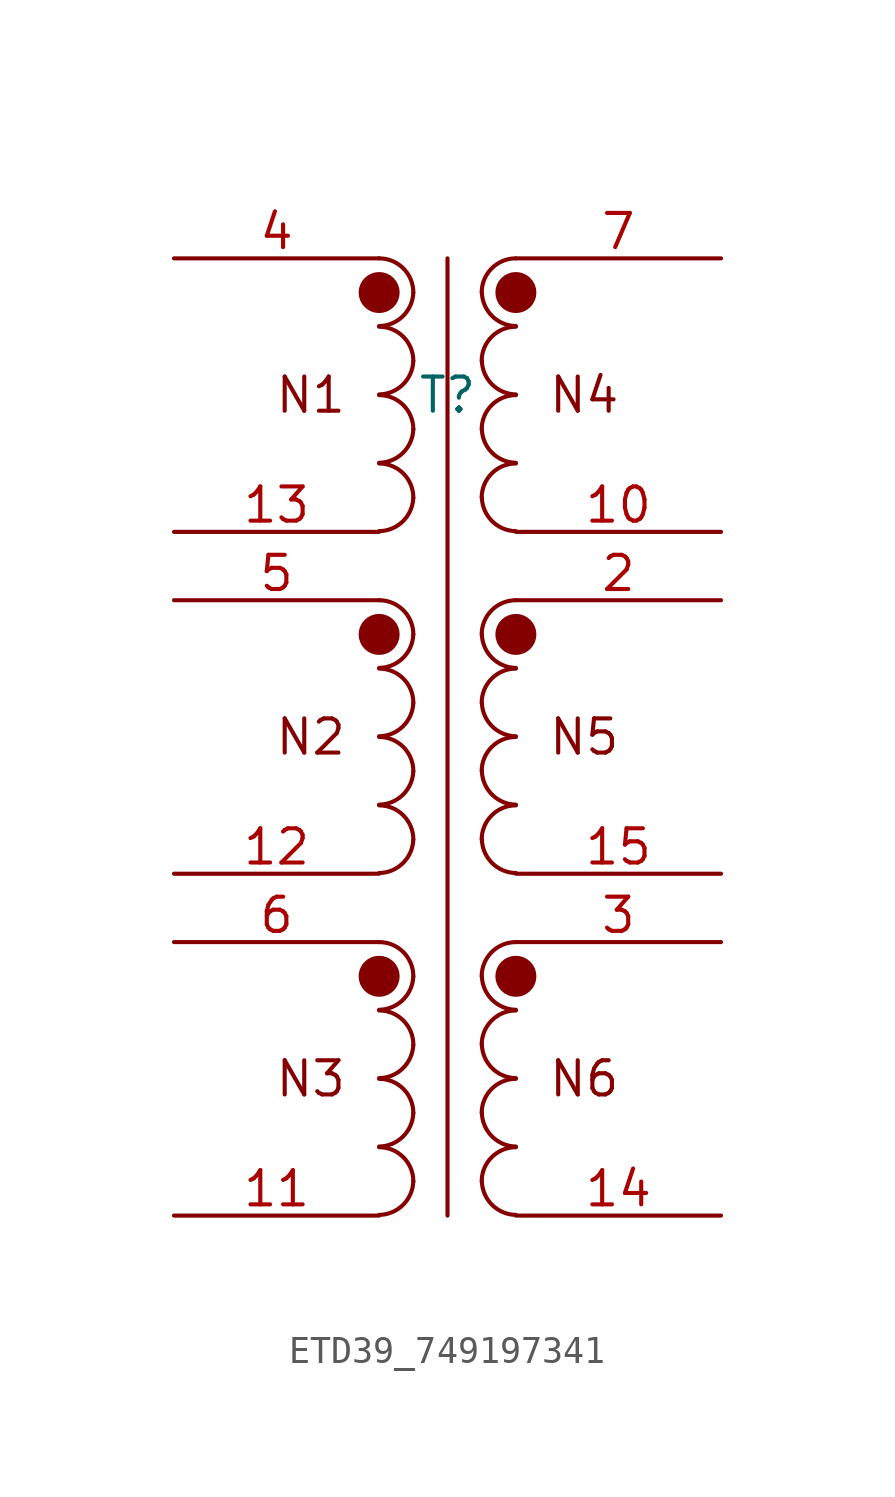
<source format=kicad_sym>
(kicad_symbol_lib
  (version 20220914)
  (generator kicad_symbol_editor)
  (symbol "ETD39_749197341"
    (pin_names hide)
    (property "Reference" "T"
      (at 0 12.7 0)
      (effects (font (size 1.27 1.27))))
    (property "Critical Parameter" ""
      (at 0 -5.08 0)
      (effects (font (size 1.27 1.27)) (justify left)))
    (symbol "ETD39_749197341_0_1"
      (arc (start -2.54 -17.7546) (mid -1.6561 -17.3863) (end -1.27 -16.51) (stroke (width 0) (type default)) (fill (type none)))
      (arc (start -2.54 -15.2146) (mid -1.6561 -14.8463) (end -1.27 -13.97) (stroke (width 0) (type default)) (fill (type none)))
      (arc (start -2.54 -12.6746) (mid -1.6561 -12.3063) (end -1.27 -11.43) (stroke (width 0) (type default)) (fill (type none)))
      (arc (start -2.54 -10.1346) (mid -1.6561 -9.7663) (end -1.27 -8.89) (stroke (width 0) (type default)) (fill (type none)))
      (arc (start -2.54 -5.0546) (mid -1.6561 -4.6863) (end -1.27 -3.81) (stroke (width 0) (type default)) (fill (type none)))
      (arc (start -2.54 -2.5146) (mid -1.6561 -2.1463) (end -1.27 -1.27) (stroke (width 0) (type default)) (fill (type none)))
      (arc (start -2.54 0.0254) (mid -1.6561 0.3937) (end -1.27 1.27) (stroke (width 0) (type default)) (fill (type none)))
      (arc (start -2.54 2.5654) (mid -1.6561 2.9337) (end -1.27 3.81) (stroke (width 0) (type default)) (fill (type none)))
      (arc (start -2.54 7.6454) (mid -1.6561 8.0137) (end -1.27 8.89) (stroke (width 0) (type default)) (fill (type none)))
      (arc (start -2.54 10.1854) (mid -1.6561 10.5537) (end -1.27 11.43) (stroke (width 0) (type default)) (fill (type none)))
      (arc (start -2.54 12.7254) (mid -1.6561 13.0937) (end -1.27 13.97) (stroke (width 0) (type default)) (fill (type none)))
      (arc (start -2.54 15.2654) (mid -1.6561 15.6337) (end -1.27 16.51) (stroke (width 0) (type default)) (fill (type none)))
      (arc (start -1.27 -16.51) (mid -1.642 -15.612) (end -2.54 -15.24) (stroke (width 0) (type default)) (fill (type none)))
      (arc (start -1.27 -13.97) (mid -1.642 -13.072) (end -2.54 -12.7) (stroke (width 0) (type default)) (fill (type none)))
      (arc (start -1.27 -11.43) (mid -1.642 -10.532) (end -2.54 -10.16) (stroke (width 0) (type default)) (fill (type none)))
      (arc (start -1.27 -8.89) (mid -1.642 -7.992) (end -2.54 -7.62) (stroke (width 0) (type default)) (fill (type none)))
      (arc (start -1.27 -3.81) (mid -1.642 -2.912) (end -2.54 -2.54) (stroke (width 0) (type default)) (fill (type none)))
      (arc (start -1.27 -1.27) (mid -1.642 -0.372) (end -2.54 0) (stroke (width 0) (type default)) (fill (type none)))
      (arc (start -1.27 1.27) (mid -1.642 2.168) (end -2.54 2.54) (stroke (width 0) (type default)) (fill (type none)))
      (arc (start -1.27 3.81) (mid -1.642 4.708) (end -2.54 5.08) (stroke (width 0) (type default)) (fill (type none)))
      (arc (start -1.27 8.89) (mid -1.642 9.788) (end -2.54 10.16) (stroke (width 0) (type default)) (fill (type none)))
      (arc (start -1.27 11.43) (mid -1.642 12.328) (end -2.54 12.7) (stroke (width 0) (type default)) (fill (type none)))
      (arc (start -1.27 13.97) (mid -1.642 14.868) (end -2.54 15.24) (stroke (width 0) (type default)) (fill (type none)))
      (arc (start -1.27 16.51) (mid -1.642 17.408) (end -2.54 17.78) (stroke (width 0) (type default)) (fill (type none)))
      (polyline (pts (xy 0 -17.78) (xy 0 17.78)) (stroke (width 0) (type default)) (fill (type none)))
      (arc (start 1.27 -16.51) (mid 1.6561 -17.3863) (end 2.54 -17.7546) (stroke (width 0) (type default)) (fill (type none)))
      (arc (start 1.27 -13.97) (mid 1.6561 -14.8463) (end 2.54 -15.2146) (stroke (width 0) (type default)) (fill (type none)))
      (arc (start 1.27 -11.43) (mid 1.6561 -12.3063) (end 2.54 -12.6746) (stroke (width 0) (type default)) (fill (type none)))
      (arc (start 1.27 -8.89) (mid 1.6561 -9.7663) (end 2.54 -10.1346) (stroke (width 0) (type default)) (fill (type none)))
      (arc (start 1.27 -3.81) (mid 1.6561 -4.6863) (end 2.54 -5.0546) (stroke (width 0) (type default)) (fill (type none)))
      (arc (start 1.27 -1.27) (mid 1.6561 -2.1463) (end 2.54 -2.5146) (stroke (width 0) (type default)) (fill (type none)))
      (arc (start 1.27 1.27) (mid 1.6561 0.3937) (end 2.54 0.0254) (stroke (width 0) (type default)) (fill (type none)))
      (arc (start 1.27 3.81) (mid 1.6561 2.9337) (end 2.54 2.5654) (stroke (width 0) (type default)) (fill (type none)))
      (arc (start 1.27 8.89) (mid 1.6561 8.0137) (end 2.54 7.6454) (stroke (width 0) (type default)) (fill (type none)))
      (arc (start 1.27 11.43) (mid 1.6561 10.5537) (end 2.54 10.1854) (stroke (width 0) (type default)) (fill (type none)))
      (arc (start 1.27 13.97) (mid 1.6561 13.0937) (end 2.54 12.7254) (stroke (width 0) (type default)) (fill (type none)))
      (arc (start 1.27 16.51) (mid 1.6561 15.6337) (end 2.54 15.2654) (stroke (width 0) (type default)) (fill (type none)))
      (arc (start 2.54 -15.24) (mid 1.642 -15.612) (end 1.27 -16.51) (stroke (width 0) (type default)) (fill (type none)))
      (arc (start 2.54 -12.7) (mid 1.642 -13.072) (end 1.27 -13.97) (stroke (width 0) (type default)) (fill (type none)))
      (arc (start 2.54 -10.16) (mid 1.642 -10.532) (end 1.27 -11.43) (stroke (width 0) (type default)) (fill (type none)))
      (arc (start 2.54 -7.62) (mid 1.642 -7.992) (end 1.27 -8.89) (stroke (width 0) (type default)) (fill (type none)))
      (arc (start 2.54 -2.54) (mid 1.642 -2.912) (end 1.27 -3.81) (stroke (width 0) (type default)) (fill (type none)))
      (arc (start 2.54 0) (mid 1.642 -0.372) (end 1.27 -1.27) (stroke (width 0) (type default)) (fill (type none)))
      (arc (start 2.54 2.54) (mid 1.642 2.168) (end 1.27 1.27) (stroke (width 0) (type default)) (fill (type none)))
      (arc (start 2.54 5.08) (mid 1.642 4.708) (end 1.27 3.81) (stroke (width 0) (type default)) (fill (type none)))
      (arc (start 2.54 10.16) (mid 1.642 9.788) (end 1.27 8.89) (stroke (width 0) (type default)) (fill (type none)))
      (arc (start 2.54 12.7) (mid 1.642 12.328) (end 1.27 11.43) (stroke (width 0) (type default)) (fill (type none)))
      (arc (start 2.54 15.24) (mid 1.642 14.868) (end 1.27 13.97) (stroke (width 0) (type default)) (fill (type none)))
      (arc (start 2.54 17.78) (mid 1.642 17.408) (end 1.27 16.51) (stroke (width 0) (type default)) (fill (type none))))
    (symbol "ETD39_749197341_1_1"
      (circle (center -2.54 -8.89) (radius 0.0001) (stroke (width 0.762) (type default)) (fill (type none)))
      (circle (center -2.54 3.81) (radius 0.0001) (stroke (width 0.762) (type default)) (fill (type none)))
      (circle (center -2.54 16.51) (radius 0.0001) (stroke (width 0.762) (type default)) (fill (type none)))
      (circle (center 2.54 -8.89) (radius 0.0001) (stroke (width 0.762) (type default)) (fill (type none)))
      (circle (center 2.54 3.81) (radius 0.0001) (stroke (width 0.762) (type default)) (fill (type none)))
      (circle (center 2.54 16.51) (radius 0.0001) (stroke (width 0.762) (type default)) (fill (type none)))
      (text "N1" (at -5.08 12.7 0) (effects (font (size 1.27 1.27))))
      (text "N2" (at -5.08 0 0) (effects (font (size 1.27 1.27))))
      (text "N3" (at -5.08 -12.7 0) (effects (font (size 1.27 1.27))))
      (text "N4" (at 5.08 12.7 0) (effects (font (size 1.27 1.27))))
      (text "N5" (at 5.08 0 0) (effects (font (size 1.27 1.27))))
      (text "N6" (at 5.08 -12.7 0) (effects (font (size 1.27 1.27))))
      (pin passive line (at -10.16 17.78 0) (length 7.62) (name "4" (effects (font (size 1.27 1.27)))) (number "4" (effects (font (size 1.27 1.27)))))
      (pin passive line (at -10.16 7.62 0) (length 7.62) (name "13" (effects (font (size 1.27 1.27)))) (number "13" (effects (font (size 1.27 1.27)))))
      (pin passive line (at -10.16 5.08 0) (length 7.62) (name "5" (effects (font (size 1.27 1.27)))) (number "5" (effects (font (size 1.27 1.27)))))
      (pin passive line (at -10.16 -5.08 0) (length 7.62) (name "12" (effects (font (size 1.27 1.27)))) (number "12" (effects (font (size 1.27 1.27)))))
      (pin passive line (at -10.16 -7.62 0) (length 7.62) (name "6" (effects (font (size 1.27 1.27)))) (number "6" (effects (font (size 1.27 1.27)))))
      (pin passive line (at -10.16 -17.78 0) (length 7.62) (name "11" (effects (font (size 1.27 1.27)))) (number "11" (effects (font (size 1.27 1.27)))))
      (pin passive line (at 10.16 -17.78 180) (length 7.62) (name "14" (effects (font (size 1.27 1.27)))) (number "14" (effects (font (size 1.27 1.27)))))
      (pin passive line (at 10.16 -7.62 180) (length 7.62) (name "3" (effects (font (size 1.27 1.27)))) (number "3" (effects (font (size 1.27 1.27)))))
      (pin passive line (at 10.16 -5.08 180) (length 7.62) (name "15" (effects (font (size 1.27 1.27)))) (number "15" (effects (font (size 1.27 1.27)))))
      (pin passive line (at 10.16 5.08 180) (length 7.62) (name "2" (effects (font (size 1.27 1.27)))) (number "2" (effects (font (size 1.27 1.27)))))
      (pin passive line (at 10.16 7.62 180) (length 7.62) (name "10" (effects (font (size 1.27 1.27)))) (number "10" (effects (font (size 1.27 1.27)))))
      (pin passive line (at 10.16 17.78 180) (length 7.62) (name "7" (effects (font (size 1.27 1.27)))) (number "7" (effects (font (size 1.27 1.27))))))))
</source>
